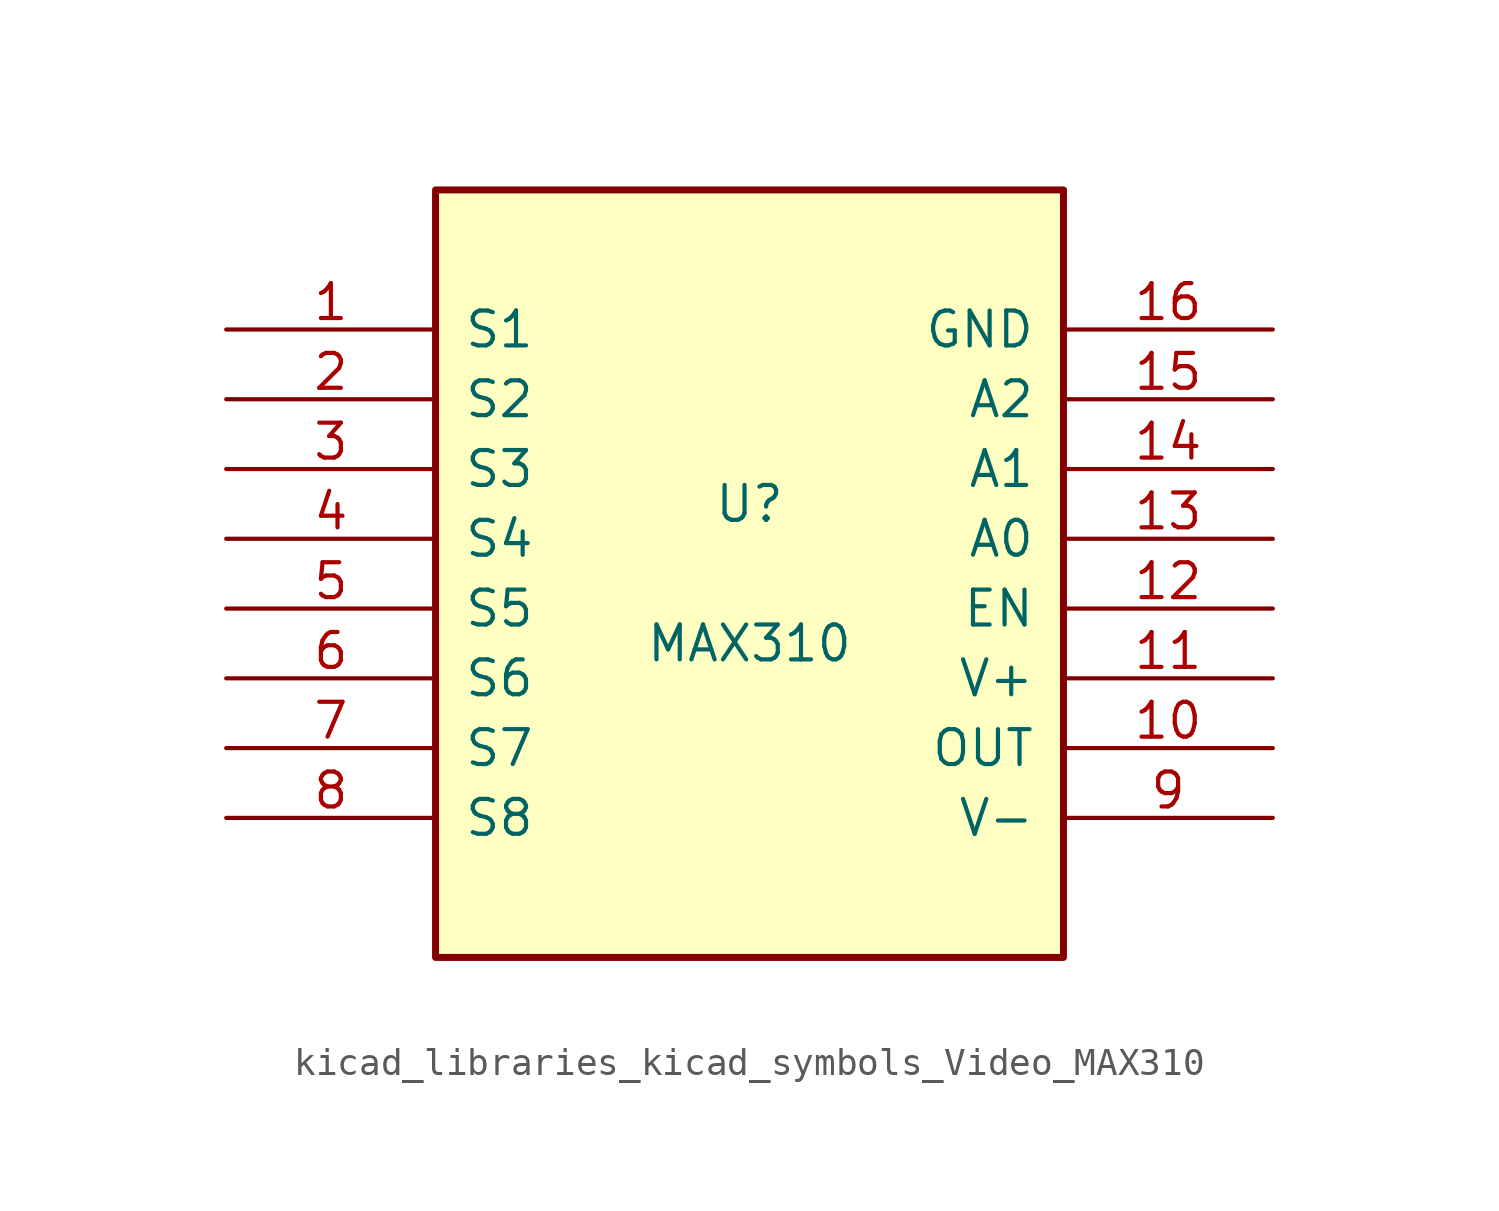
<source format=kicad_sym>
(kicad_symbol_lib
  (version 20220914)
  (generator kicad_symbol_editor)
  (symbol "kicad_libraries_kicad_symbols_Video_MAX310"
    (pin_names
      (offset 1.016))
    (property "Reference" "U"
      (at 0 2.54 0)
      (effects (font (size 1.27 1.27))))
    (property "Value" "MAX310"
      (at 0 -2.54 0)
      (effects (font (size 1.27 1.27))))
    (symbol "kicad_libraries_kicad_symbols_Video_MAX310_0_1"
      (rectangle (start -11.43 -13.97) (end 11.43 13.97) (stroke (width 0.254) (type default)) (fill (type background))))
    (symbol "kicad_libraries_kicad_symbols_Video_MAX310_1_1"
      (pin input line (at -19.05 8.89 0) (length 7.62) (name "S1" (effects (font (size 1.27 1.27)))) (number "1" (effects (font (size 1.27 1.27)))))
      (pin input line (at 19.05 -6.35 180) (length 7.62) (name "OUT" (effects (font (size 1.27 1.27)))) (number "10" (effects (font (size 1.27 1.27)))))
      (pin input line (at 19.05 -3.81 180) (length 7.62) (name "V+" (effects (font (size 1.27 1.27)))) (number "11" (effects (font (size 1.27 1.27)))))
      (pin input line (at 19.05 -1.27 180) (length 7.62) (name "EN" (effects (font (size 1.27 1.27)))) (number "12" (effects (font (size 1.27 1.27)))))
      (pin input line (at 19.05 1.27 180) (length 7.62) (name "A0" (effects (font (size 1.27 1.27)))) (number "13" (effects (font (size 1.27 1.27)))))
      (pin input line (at 19.05 3.81 180) (length 7.62) (name "A1" (effects (font (size 1.27 1.27)))) (number "14" (effects (font (size 1.27 1.27)))))
      (pin input line (at 19.05 6.35 180) (length 7.62) (name "A2" (effects (font (size 1.27 1.27)))) (number "15" (effects (font (size 1.27 1.27)))))
      (pin input line (at 19.05 8.89 180) (length 7.62) (name "GND" (effects (font (size 1.27 1.27)))) (number "16" (effects (font (size 1.27 1.27)))))
      (pin input line (at -19.05 6.35 0) (length 7.62) (name "S2" (effects (font (size 1.27 1.27)))) (number "2" (effects (font (size 1.27 1.27)))))
      (pin input line (at -19.05 3.81 0) (length 7.62) (name "S3" (effects (font (size 1.27 1.27)))) (number "3" (effects (font (size 1.27 1.27)))))
      (pin input line (at -19.05 1.27 0) (length 7.62) (name "S4" (effects (font (size 1.27 1.27)))) (number "4" (effects (font (size 1.27 1.27)))))
      (pin input line (at -19.05 -1.27 0) (length 7.62) (name "S5" (effects (font (size 1.27 1.27)))) (number "5" (effects (font (size 1.27 1.27)))))
      (pin input line (at -19.05 -3.81 0) (length 7.62) (name "S6" (effects (font (size 1.27 1.27)))) (number "6" (effects (font (size 1.27 1.27)))))
      (pin input line (at -19.05 -6.35 0) (length 7.62) (name "S7" (effects (font (size 1.27 1.27)))) (number "7" (effects (font (size 1.27 1.27)))))
      (pin input line (at -19.05 -8.89 0) (length 7.62) (name "S8" (effects (font (size 1.27 1.27)))) (number "8" (effects (font (size 1.27 1.27)))))
      (pin input line (at 19.05 -8.89 180) (length 7.62) (name "V-" (effects (font (size 1.27 1.27)))) (number "9" (effects (font (size 1.27 1.27))))))))
</source>
